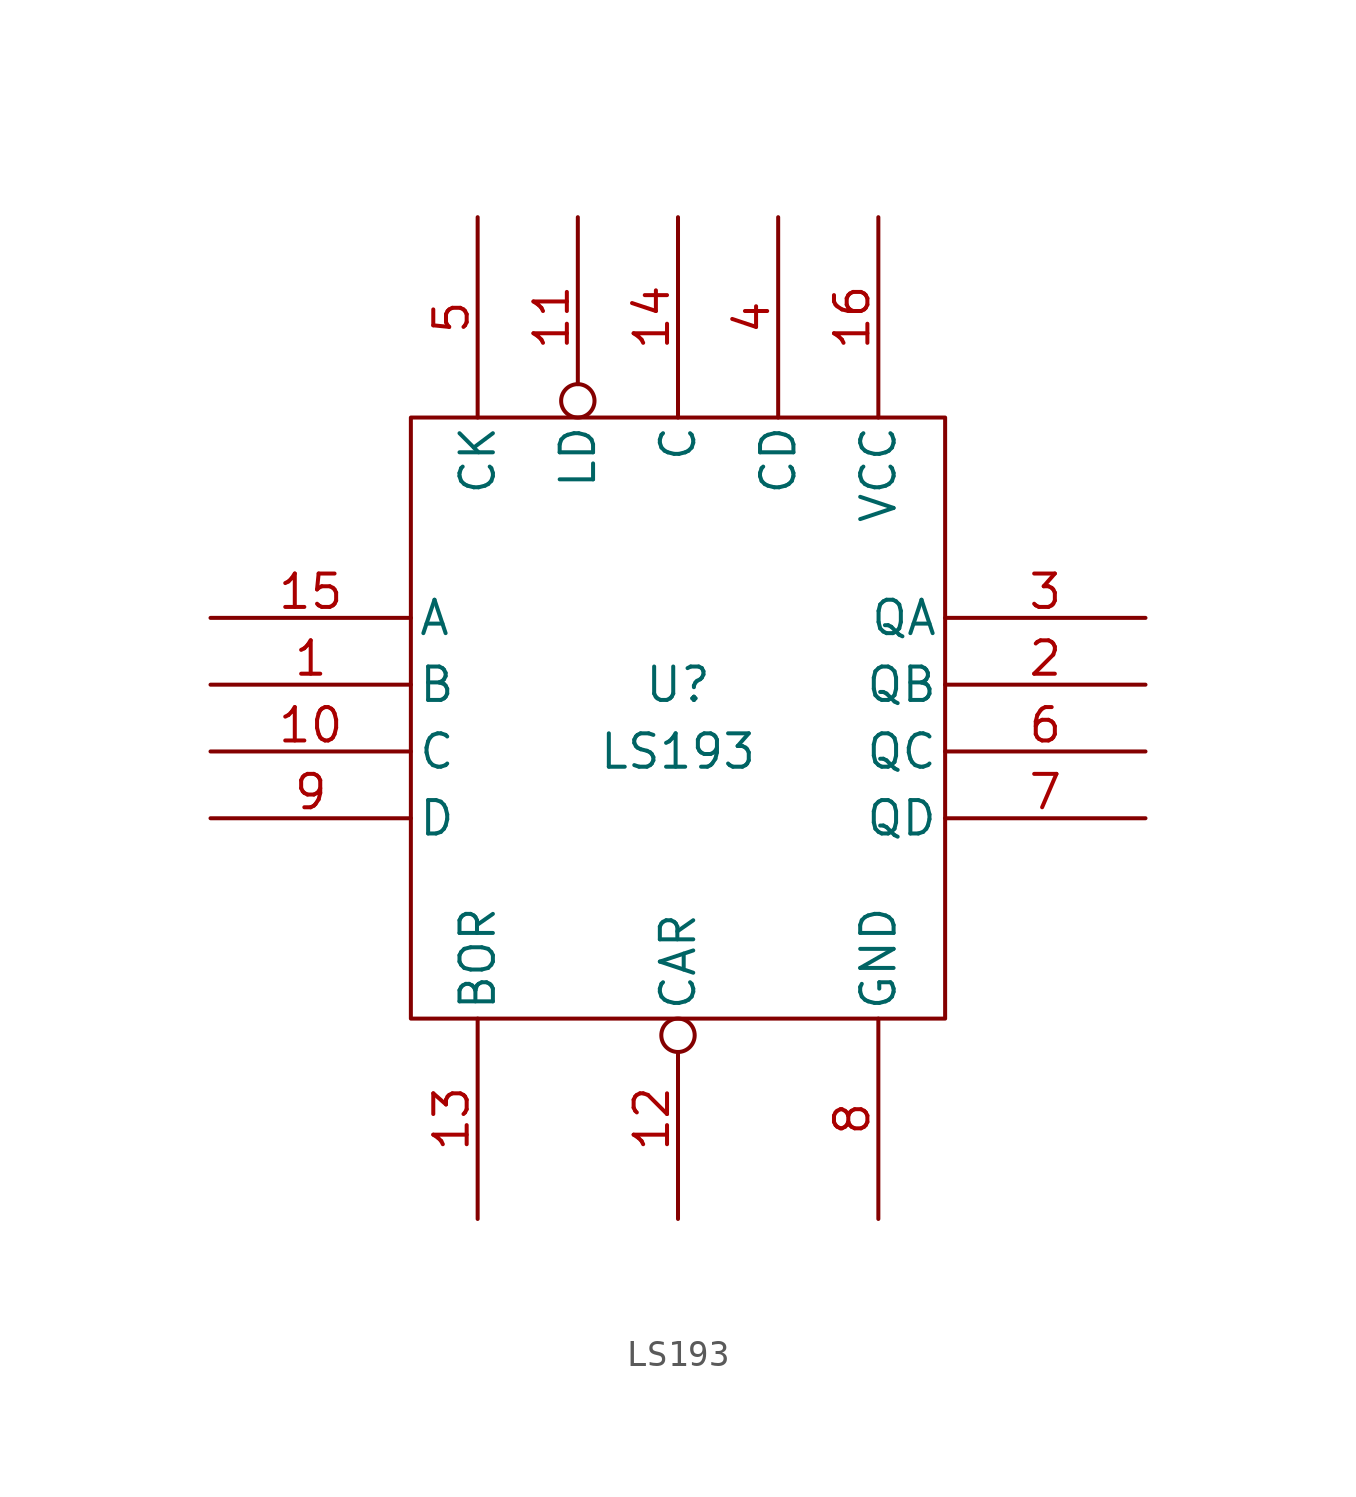
<source format=kicad_sym>
(kicad_symbol_lib
  (version 20211014)
  (generator kicad_symbol_editor)
  (symbol "LS193"
    (pin_names
      (offset 0.254))
    (property "Reference" "U"
      (at 0 1.27 0)
      (effects (font (size 1.27 1.27))))
    (property "Value" "LS193"
      (at 0 -1.27 0)
      (effects (font (size 1.27 1.27))))
    (symbol "LS193_0_0"
      (pin power_in line (at 7.62 19.05 270) (length 7.62) (name "VCC" (effects (font (size 1.27 1.27)))) (number "16" (effects (font (size 1.27 1.27)))))
      (pin power_in line (at 7.62 -19.05 90) (length 7.62) (name "GND" (effects (font (size 1.27 1.27)))) (number "8" (effects (font (size 1.27 1.27))))))
    (symbol "LS193_0_1"
      (rectangle (start -10.16 11.43) (end 10.16 -11.43) (stroke (width 0) (type default) (color 0 0 0 0)) (fill (type none))))
    (symbol "LS193_1_1"
      (pin input line (at -17.78 1.27 0) (length 7.62) (name "B" (effects (font (size 1.27 1.27)))) (number "1" (effects (font (size 1.27 1.27)))))
      (pin input line (at -17.78 -1.27 0) (length 7.62) (name "C" (effects (font (size 1.27 1.27)))) (number "10" (effects (font (size 1.27 1.27)))))
      (pin input inverted (at -3.81 19.05 270) (length 7.62) (name "LD" (effects (font (size 1.27 1.27)))) (number "11" (effects (font (size 1.27 1.27)))))
      (pin output inverted (at 0 -19.05 90) (length 7.62) (name "CAR" (effects (font (size 1.27 1.27)))) (number "12" (effects (font (size 1.27 1.27)))))
      (pin input line (at -7.62 -19.05 90) (length 7.62) (name "BOR" (effects (font (size 1.27 1.27)))) (number "13" (effects (font (size 1.27 1.27)))))
      (pin input line (at 0 19.05 270) (length 7.62) (name "C" (effects (font (size 1.27 1.27)))) (number "14" (effects (font (size 1.27 1.27)))))
      (pin input line (at -17.78 3.81 0) (length 7.62) (name "A" (effects (font (size 1.27 1.27)))) (number "15" (effects (font (size 1.27 1.27)))))
      (pin output line (at 17.78 1.27 180) (length 7.62) (name "QB" (effects (font (size 1.27 1.27)))) (number "2" (effects (font (size 1.27 1.27)))))
      (pin output line (at 17.78 3.81 180) (length 7.62) (name "QA" (effects (font (size 1.27 1.27)))) (number "3" (effects (font (size 1.27 1.27)))))
      (pin input line (at 3.81 19.05 270) (length 7.62) (name "CD" (effects (font (size 1.27 1.27)))) (number "4" (effects (font (size 1.27 1.27)))))
      (pin input line (at -7.62 19.05 270) (length 7.62) (name "CK" (effects (font (size 1.27 1.27)))) (number "5" (effects (font (size 1.27 1.27)))))
      (pin output line (at 17.78 -1.27 180) (length 7.62) (name "QC" (effects (font (size 1.27 1.27)))) (number "6" (effects (font (size 1.27 1.27)))))
      (pin output line (at 17.78 -3.81 180) (length 7.62) (name "QD" (effects (font (size 1.27 1.27)))) (number "7" (effects (font (size 1.27 1.27)))))
      (pin input line (at -17.78 -3.81 0) (length 7.62) (name "D" (effects (font (size 1.27 1.27)))) (number "9" (effects (font (size 1.27 1.27))))))))
</source>
